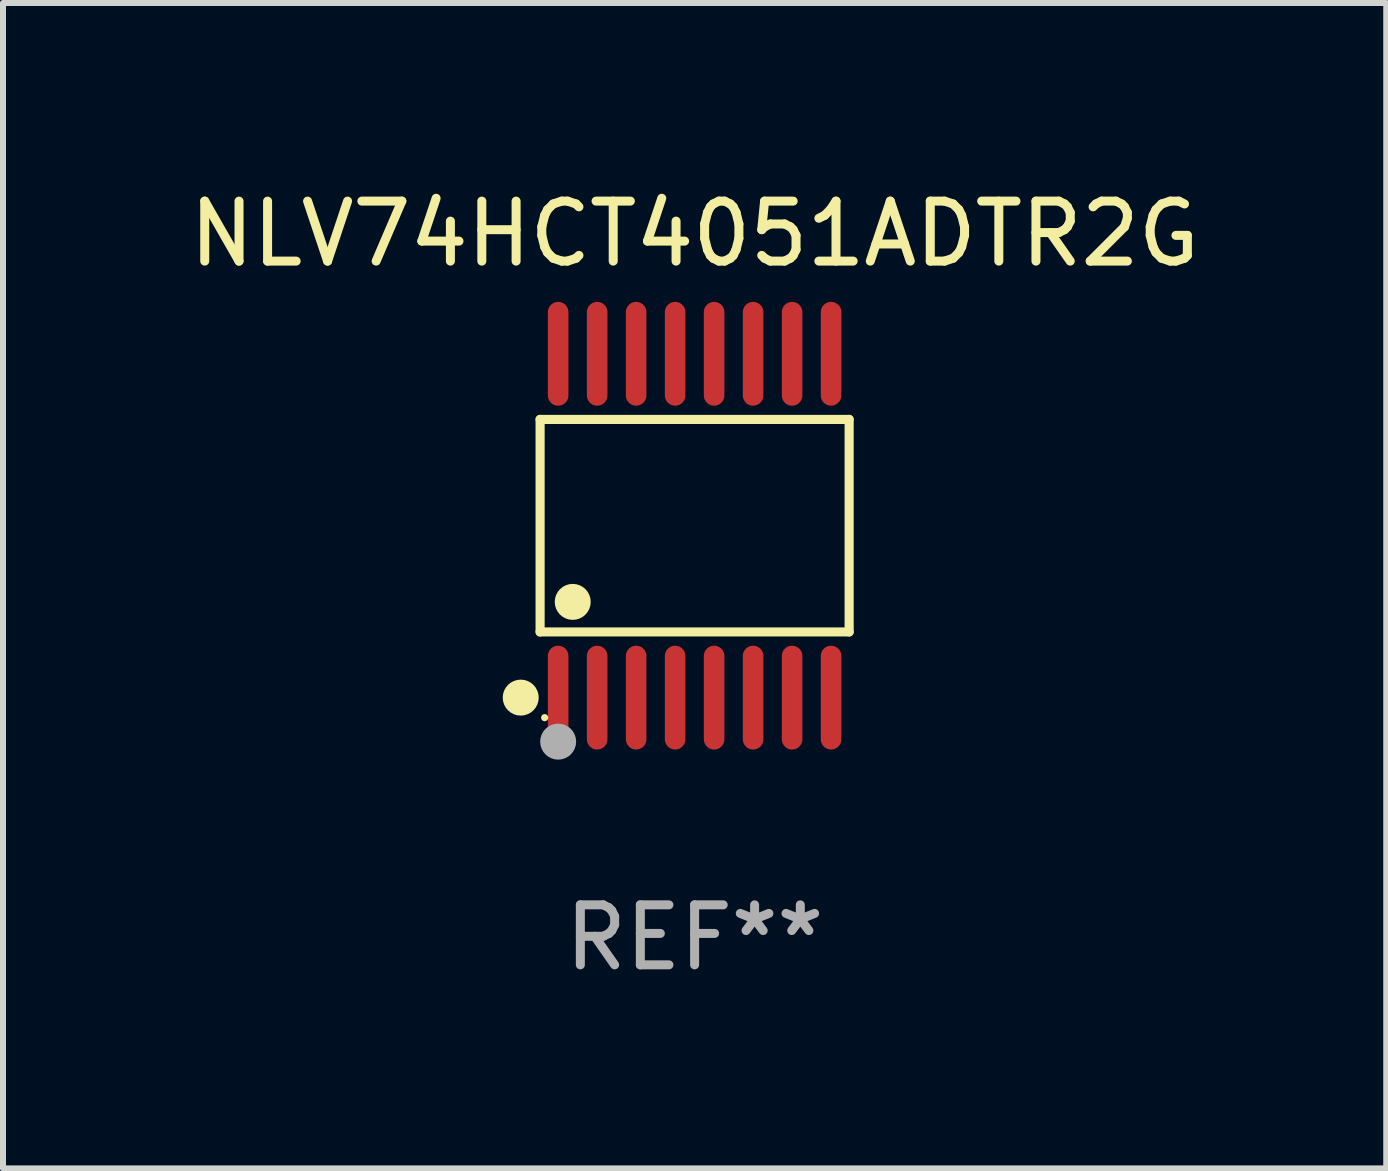
<source format=kicad_pcb>
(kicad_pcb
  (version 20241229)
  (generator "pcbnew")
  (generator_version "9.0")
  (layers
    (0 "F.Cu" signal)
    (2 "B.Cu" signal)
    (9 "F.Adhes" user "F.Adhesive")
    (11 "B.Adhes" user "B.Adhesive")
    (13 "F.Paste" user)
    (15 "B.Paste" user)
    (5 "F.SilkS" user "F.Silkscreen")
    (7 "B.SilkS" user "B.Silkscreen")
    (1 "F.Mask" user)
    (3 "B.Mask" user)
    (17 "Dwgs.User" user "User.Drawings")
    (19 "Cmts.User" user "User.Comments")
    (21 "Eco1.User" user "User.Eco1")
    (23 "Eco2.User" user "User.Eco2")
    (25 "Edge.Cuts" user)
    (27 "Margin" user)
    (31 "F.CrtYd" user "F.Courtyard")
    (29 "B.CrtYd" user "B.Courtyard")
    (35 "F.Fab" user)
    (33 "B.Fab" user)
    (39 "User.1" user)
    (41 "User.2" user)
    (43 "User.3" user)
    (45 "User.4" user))
  (footprint "NLV74HCT4051ADTR2G"
    (layer "F.Cu")
    (at 8.53 5.714)
    (property "Reference" "NLV74HCT4051ADTR2G" (at 0 -4.866 0) (layer "F.SilkS") (effects (font (size 1 1) (thickness 0.15))))
    (attr through_hole)
    (fp_line (start -2.576 -1.772) (end 2.576 -1.772) (stroke (width 0.152) (type solid)) (layer "F.SilkS"))
    (fp_line (start -2.576 1.771) (end -2.576 -1.772) (stroke (width 0.152) (type solid)) (layer "F.SilkS"))
    (fp_line (start 2.576 -1.772) (end 2.576 1.771) (stroke (width 0.152) (type solid)) (layer "F.SilkS"))
    (fp_line (start 2.576 1.771) (end -2.576 1.771) (stroke (width 0.152) (type solid)) (layer "F.SilkS"))
    (fp_circle (center -2.899 2.866) (end -2.749 2.866) (stroke (width 0.3) (type solid)) (fill no) (layer "F.SilkS"))
    (fp_circle (center -2.5 3.2) (end -2.47 3.2) (stroke (width 0.06) (type solid)) (fill no) (layer "F.SilkS"))
    (fp_circle (center -2.032 1.27) (end -1.882 1.27) (stroke (width 0.3) (type solid)) (fill no) (layer "F.SilkS"))
    (fp_circle (center -2.275 3.6) (end -2.125 3.6) (stroke (width 0.3) (type solid)) (fill no) (layer "F.Fab"))
    (fp_text user "REF**" (at 0 6.866 0) (layer "F.Fab") (effects (font (size 1 1) (thickness 0.15))))
    (pad "1" smd oval (at -2.275 2.866) (size 0.343 1.731) (layers "F.Cu" "F.Mask" "F.Paste"))
    (pad "2" smd oval (at -1.625 2.866) (size 0.343 1.731) (layers "F.Cu" "F.Mask" "F.Paste"))
    (pad "3" smd oval (at -0.975 2.866) (size 0.343 1.731) (layers "F.Cu" "F.Mask" "F.Paste"))
    (pad "4" smd oval (at -0.325 2.866) (size 0.343 1.731) (layers "F.Cu" "F.Mask" "F.Paste"))
    (pad "5" smd oval (at 0.325 2.866) (size 0.343 1.731) (layers "F.Cu" "F.Mask" "F.Paste"))
    (pad "6" smd oval (at 0.975 2.866) (size 0.343 1.731) (layers "F.Cu" "F.Mask" "F.Paste"))
    (pad "7" smd oval (at 1.625 2.866) (size 0.343 1.731) (layers "F.Cu" "F.Mask" "F.Paste"))
    (pad "8" smd oval (at 2.275 2.866) (size 0.343 1.731) (layers "F.Cu" "F.Mask" "F.Paste"))
    (pad "9" smd oval (at 2.275 -2.866) (size 0.343 1.731) (layers "F.Cu" "F.Mask" "F.Paste"))
    (pad "10" smd oval (at 1.625 -2.866) (size 0.343 1.731) (layers "F.Cu" "F.Mask" "F.Paste"))
    (pad "11" smd oval (at 0.975 -2.866) (size 0.343 1.731) (layers "F.Cu" "F.Mask" "F.Paste"))
    (pad "12" smd oval (at 0.325 -2.866) (size 0.343 1.731) (layers "F.Cu" "F.Mask" "F.Paste"))
    (pad "13" smd oval (at -0.325 -2.866) (size 0.343 1.731) (layers "F.Cu" "F.Mask" "F.Paste"))
    (pad "14" smd oval (at -0.975 -2.866) (size 0.343 1.731) (layers "F.Cu" "F.Mask" "F.Paste"))
    (pad "15" smd oval (at -1.625 -2.866) (size 0.343 1.731) (layers "F.Cu" "F.Mask" "F.Paste"))
    (pad "16" smd oval (at -2.275 -2.866) (size 0.343 1.731) (layers "F.Cu" "F.Mask" "F.Paste")))
  (gr_rect
    (start -3 -3)
    (end 20.06 16.428)
    (stroke (width 0.1) (type default))
    (fill no)
    (layer "Edge.Cuts")))
</source>
